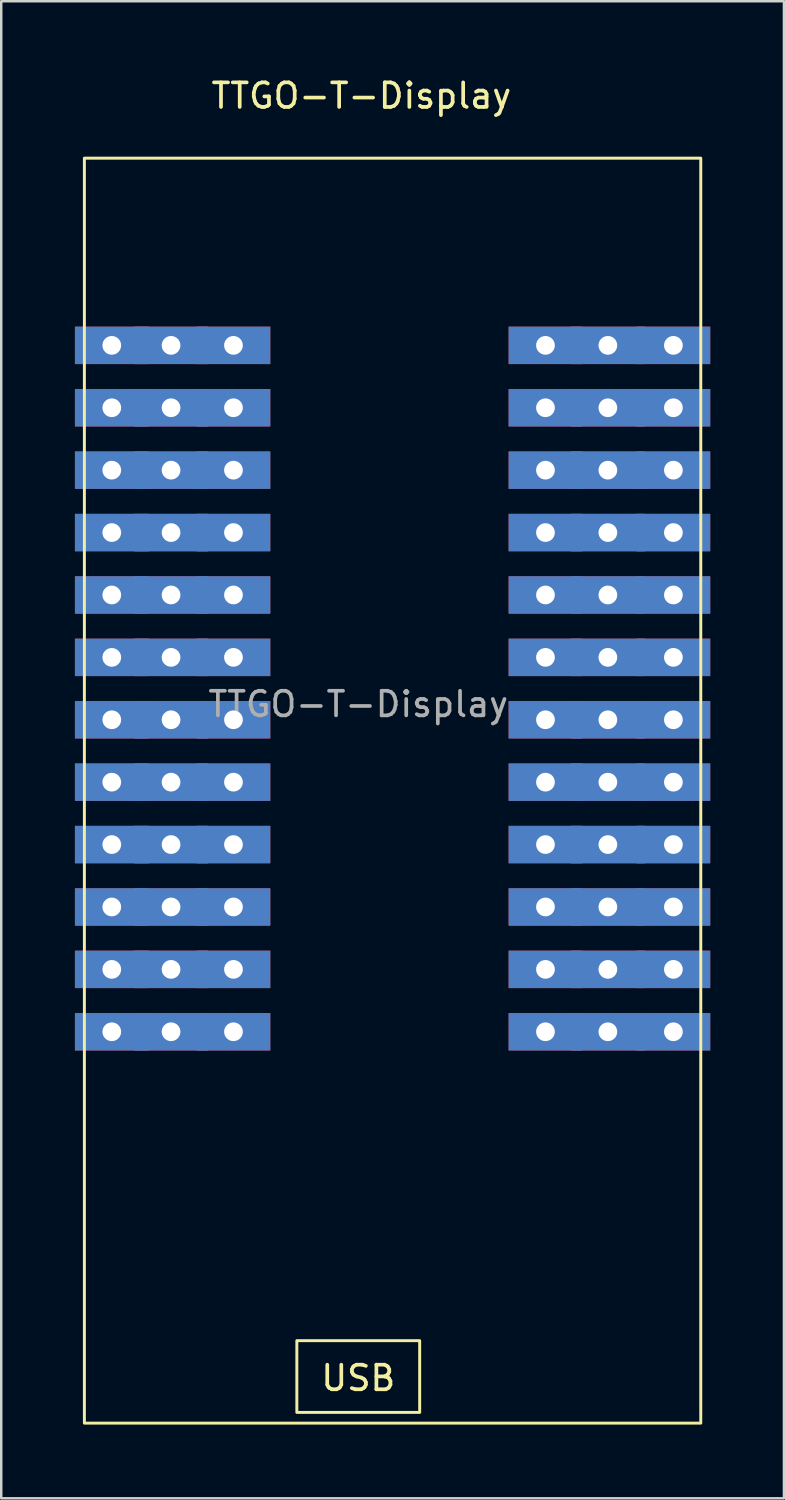
<source format=kicad_pcb>
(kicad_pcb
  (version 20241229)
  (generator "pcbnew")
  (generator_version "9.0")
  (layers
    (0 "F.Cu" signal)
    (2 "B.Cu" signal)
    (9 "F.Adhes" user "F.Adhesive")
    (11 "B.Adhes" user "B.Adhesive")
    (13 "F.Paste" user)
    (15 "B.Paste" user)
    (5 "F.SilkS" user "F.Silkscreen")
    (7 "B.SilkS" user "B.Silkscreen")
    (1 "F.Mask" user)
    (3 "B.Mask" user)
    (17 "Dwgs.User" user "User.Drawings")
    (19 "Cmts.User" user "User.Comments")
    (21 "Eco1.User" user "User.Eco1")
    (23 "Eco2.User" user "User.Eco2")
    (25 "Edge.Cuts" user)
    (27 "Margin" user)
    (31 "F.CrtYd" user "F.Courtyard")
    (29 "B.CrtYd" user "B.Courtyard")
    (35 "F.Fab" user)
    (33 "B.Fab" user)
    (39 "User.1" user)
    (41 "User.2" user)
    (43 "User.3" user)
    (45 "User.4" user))
  (footprint "TTGO-T-Display"
    (layer "F.Cu")
    (at 11.533 6.69)
    (property "Reference" "TTGO-T-Display" (at 0.127 -5.842 0) (unlocked yes) (layer "F.SilkS") (effects (font (size 1 1) (thickness 0.15))))
    (attr through_hole)
    (fp_rect (start -11.148 -3.302) (end 13.942 48.188) (stroke (width 0.12) (type solid)) (fill no) (layer "F.SilkS"))
    (fp_rect (start -2.5 47.752) (end 2.5 44.831) (stroke (width 0.12) (type solid)) (fill no) (layer "F.SilkS"))
    (fp_text user "USB" (at 0 46.355 0) (unlocked yes) (layer "F.SilkS") (effects (font (size 1 1) (thickness 0.15))))
    (fp_text user "${REFERENCE}" (at 0 18.923 0) (unlocked yes) (layer "F.Fab") (effects (font (size 1 1) (thickness 0.15))))
    (pad "1" thru_hole rect (at 7.62 32.258) (size 3 1.524) (drill 0.762) (layers "*.Cu" "*.Mask"))
    (pad "1" thru_hole rect (at 10.16 32.258) (size 3 1.524) (drill 0.762) (layers "*.Cu" "*.Mask"))
    (pad "1" thru_hole rect (at 12.827 32.258) (size 3 1.524) (drill 0.762) (layers "*.Cu" "*.Mask"))
    (pad "2" thru_hole rect (at 7.62 29.718) (size 3 1.524) (drill 0.762) (layers "*.Cu" "*.Mask"))
    (pad "2" thru_hole rect (at 10.16 29.718) (size 3 1.524) (drill 0.762) (layers "*.Cu" "*.Mask"))
    (pad "2" thru_hole rect (at 12.827 29.718) (size 3 1.524) (drill 0.762) (layers "*.Cu" "*.Mask"))
    (pad "3" thru_hole rect (at 7.62 27.178) (size 3 1.524) (drill 0.762) (layers "*.Cu" "*.Mask"))
    (pad "3" thru_hole rect (at 10.16 27.178) (size 3 1.524) (drill 0.762) (layers "*.Cu" "*.Mask"))
    (pad "3" thru_hole rect (at 12.827 27.178) (size 3 1.524) (drill 0.762) (layers "*.Cu" "*.Mask"))
    (pad "4" thru_hole rect (at 7.62 24.638) (size 3 1.524) (drill 0.762) (layers "*.Cu" "*.Mask"))
    (pad "4" thru_hole rect (at 10.16 24.638) (size 3 1.524) (drill 0.762) (layers "*.Cu" "*.Mask"))
    (pad "4" thru_hole rect (at 12.827 24.638) (size 3 1.524) (drill 0.762) (layers "*.Cu" "*.Mask"))
    (pad "5" thru_hole rect (at 7.62 22.098) (size 3 1.524) (drill 0.762) (layers "*.Cu" "*.Mask"))
    (pad "5" thru_hole rect (at 10.16 22.098) (size 3 1.524) (drill 0.762) (layers "*.Cu" "*.Mask"))
    (pad "5" thru_hole rect (at 12.827 22.098) (size 3 1.524) (drill 0.762) (layers "*.Cu" "*.Mask"))
    (pad "6" thru_hole rect (at 7.62 19.558) (size 3 1.524) (drill 0.762) (layers "*.Cu" "*.Mask"))
    (pad "6" thru_hole rect (at 10.16 19.558) (size 3 1.524) (drill 0.762) (layers "*.Cu" "*.Mask"))
    (pad "6" thru_hole rect (at 12.827 19.558) (size 3 1.524) (drill 0.762) (layers "*.Cu" "*.Mask"))
    (pad "7" thru_hole rect (at 7.62 17.018) (size 3 1.524) (drill 0.762) (layers "*.Cu" "*.Mask"))
    (pad "7" thru_hole rect (at 10.16 17.018) (size 3 1.524) (drill 0.762) (layers "*.Cu" "*.Mask"))
    (pad "7" thru_hole rect (at 12.827 17.018) (size 3 1.524) (drill 0.762) (layers "*.Cu" "*.Mask"))
    (pad "8" thru_hole rect (at 7.62 14.478) (size 3 1.524) (drill 0.762) (layers "*.Cu" "*.Mask"))
    (pad "8" thru_hole rect (at 10.16 14.478) (size 3 1.524) (drill 0.762) (layers "*.Cu" "*.Mask"))
    (pad "8" thru_hole rect (at 12.827 14.478) (size 3 1.524) (drill 0.762) (layers "*.Cu" "*.Mask"))
    (pad "9" thru_hole rect (at 7.62 11.938) (size 3 1.524) (drill 0.762) (layers "*.Cu" "*.Mask"))
    (pad "9" thru_hole rect (at 10.16 11.938) (size 3 1.524) (drill 0.762) (layers "*.Cu" "*.Mask"))
    (pad "9" thru_hole rect (at 12.827 11.938) (size 3 1.524) (drill 0.762) (layers "*.Cu" "*.Mask"))
    (pad "10" thru_hole rect (at 7.62 9.398) (size 3 1.524) (drill 0.762) (layers "*.Cu" "*.Mask"))
    (pad "10" thru_hole rect (at 10.16 9.398) (size 3 1.524) (drill 0.762) (layers "*.Cu" "*.Mask"))
    (pad "10" thru_hole rect (at 12.827 9.398) (size 3 1.524) (drill 0.762) (layers "*.Cu" "*.Mask"))
    (pad "11" thru_hole rect (at 7.62 6.858) (size 3 1.524) (drill 0.762) (layers "*.Cu" "*.Mask"))
    (pad "11" thru_hole rect (at 10.16 6.858) (size 3 1.524) (drill 0.762) (layers "*.Cu" "*.Mask"))
    (pad "11" thru_hole rect (at 12.827 6.858) (size 3 1.524) (drill 0.762) (layers "*.Cu" "*.Mask"))
    (pad "12" thru_hole rect (at 7.62 4.318) (size 3 1.524) (drill 0.762) (layers "*.Cu" "*.Mask"))
    (pad "12" thru_hole rect (at 10.16 4.318) (size 3 1.524) (drill 0.762) (layers "*.Cu" "*.Mask"))
    (pad "12" thru_hole rect (at 12.827 4.318) (size 3 1.524) (drill 0.762) (layers "*.Cu" "*.Mask"))
    (pad "13" thru_hole rect (at -10.033 32.258) (size 3 1.524) (drill 0.762) (layers "*.Cu" "*.Mask"))
    (pad "13" thru_hole rect (at -7.62 32.258) (size 3 1.524) (drill 0.762) (layers "*.Cu" "*.Mask"))
    (pad "13" thru_hole rect (at -5.08 32.258) (size 3 1.524) (drill 0.762) (layers "*.Cu" "*.Mask"))
    (pad "14" thru_hole rect (at -10.033 29.718) (size 3 1.524) (drill 0.762) (layers "*.Cu" "*.Mask"))
    (pad "14" thru_hole rect (at -7.62 29.718) (size 3 1.524) (drill 0.762) (layers "*.Cu" "*.Mask"))
    (pad "14" thru_hole rect (at -5.08 29.718) (size 3 1.524) (drill 0.762) (layers "*.Cu" "*.Mask"))
    (pad "15" thru_hole rect (at -10.033 27.178) (size 3 1.524) (drill 0.762) (layers "*.Cu" "*.Mask"))
    (pad "15" thru_hole rect (at -7.62 27.178) (size 3 1.524) (drill 0.762) (layers "*.Cu" "*.Mask"))
    (pad "15" thru_hole rect (at -5.08 27.178) (size 3 1.524) (drill 0.762) (layers "*.Cu" "*.Mask"))
    (pad "16" thru_hole rect (at -10.033 24.638) (size 3 1.524) (drill 0.762) (layers "*.Cu" "*.Mask"))
    (pad "16" thru_hole rect (at -7.62 24.638) (size 3 1.524) (drill 0.762) (layers "*.Cu" "*.Mask"))
    (pad "16" thru_hole rect (at -5.08 24.638) (size 3 1.524) (drill 0.762) (layers "*.Cu" "*.Mask"))
    (pad "17" thru_hole rect (at -10.033 22.098) (size 3 1.524) (drill 0.762) (layers "*.Cu" "*.Mask"))
    (pad "17" thru_hole rect (at -7.62 22.098) (size 3 1.524) (drill 0.762) (layers "*.Cu" "*.Mask"))
    (pad "17" thru_hole rect (at -5.08 22.098) (size 3 1.524) (drill 0.762) (layers "*.Cu" "*.Mask"))
    (pad "18" thru_hole rect (at -10.033 19.558) (size 3 1.524) (drill 0.762) (layers "*.Cu" "*.Mask"))
    (pad "18" thru_hole rect (at -7.62 19.558) (size 3 1.524) (drill 0.762) (layers "*.Cu" "*.Mask"))
    (pad "18" thru_hole rect (at -5.08 19.558) (size 3 1.524) (drill 0.762) (layers "*.Cu" "*.Mask"))
    (pad "19" thru_hole rect (at -10.033 17.018) (size 3 1.524) (drill 0.762) (layers "*.Cu" "*.Mask"))
    (pad "19" thru_hole rect (at -7.62 17.018) (size 3 1.524) (drill 0.762) (layers "*.Cu" "*.Mask"))
    (pad "19" thru_hole rect (at -5.08 17.018) (size 3 1.524) (drill 0.762) (layers "*.Cu" "*.Mask"))
    (pad "20" thru_hole rect (at -10.033 14.478) (size 3 1.524) (drill 0.762) (layers "*.Cu" "*.Mask"))
    (pad "20" thru_hole rect (at -7.62 14.478) (size 3 1.524) (drill 0.762) (layers "*.Cu" "*.Mask"))
    (pad "20" thru_hole rect (at -5.08 14.478) (size 3 1.524) (drill 0.762) (layers "*.Cu" "*.Mask"))
    (pad "21" thru_hole rect (at -10.033 11.938) (size 3 1.524) (drill 0.762) (layers "*.Cu" "*.Mask"))
    (pad "21" thru_hole rect (at -7.62 11.938) (size 3 1.524) (drill 0.762) (layers "*.Cu" "*.Mask"))
    (pad "21" thru_hole rect (at -5.08 11.938) (size 3 1.524) (drill 0.762) (layers "*.Cu" "*.Mask"))
    (pad "22" thru_hole rect (at -10.033 9.398) (size 3 1.524) (drill 0.762) (layers "*.Cu" "*.Mask"))
    (pad "22" thru_hole rect (at -7.62 9.398) (size 3 1.524) (drill 0.762) (layers "*.Cu" "*.Mask"))
    (pad "22" thru_hole rect (at -5.08 9.398) (size 3 1.524) (drill 0.762) (layers "*.Cu" "*.Mask"))
    (pad "23" thru_hole rect (at -10.033 6.858) (size 3 1.524) (drill 0.762) (layers "*.Cu" "*.Mask"))
    (pad "23" thru_hole rect (at -7.62 6.858) (size 3 1.524) (drill 0.762) (layers "*.Cu" "*.Mask"))
    (pad "23" thru_hole rect (at -5.08 6.858) (size 3 1.524) (drill 0.762) (layers "*.Cu" "*.Mask"))
    (pad "24" thru_hole rect (at -10.033 4.318) (size 3 1.524) (drill 0.762) (layers "*.Cu" "*.Mask"))
    (pad "24" thru_hole rect (at -7.62 4.318) (size 3 1.524) (drill 0.762) (layers "*.Cu" "*.Mask"))
    (pad "24" thru_hole rect (at -5.08 4.318) (size 3 1.524) (drill 0.762) (layers "*.Cu" "*.Mask")))
  (gr_rect
    (start -3 -3)
    (end 28.86 57.938)
    (stroke (width 0.1) (type default))
    (fill no)
    (layer "Edge.Cuts")))
</source>
